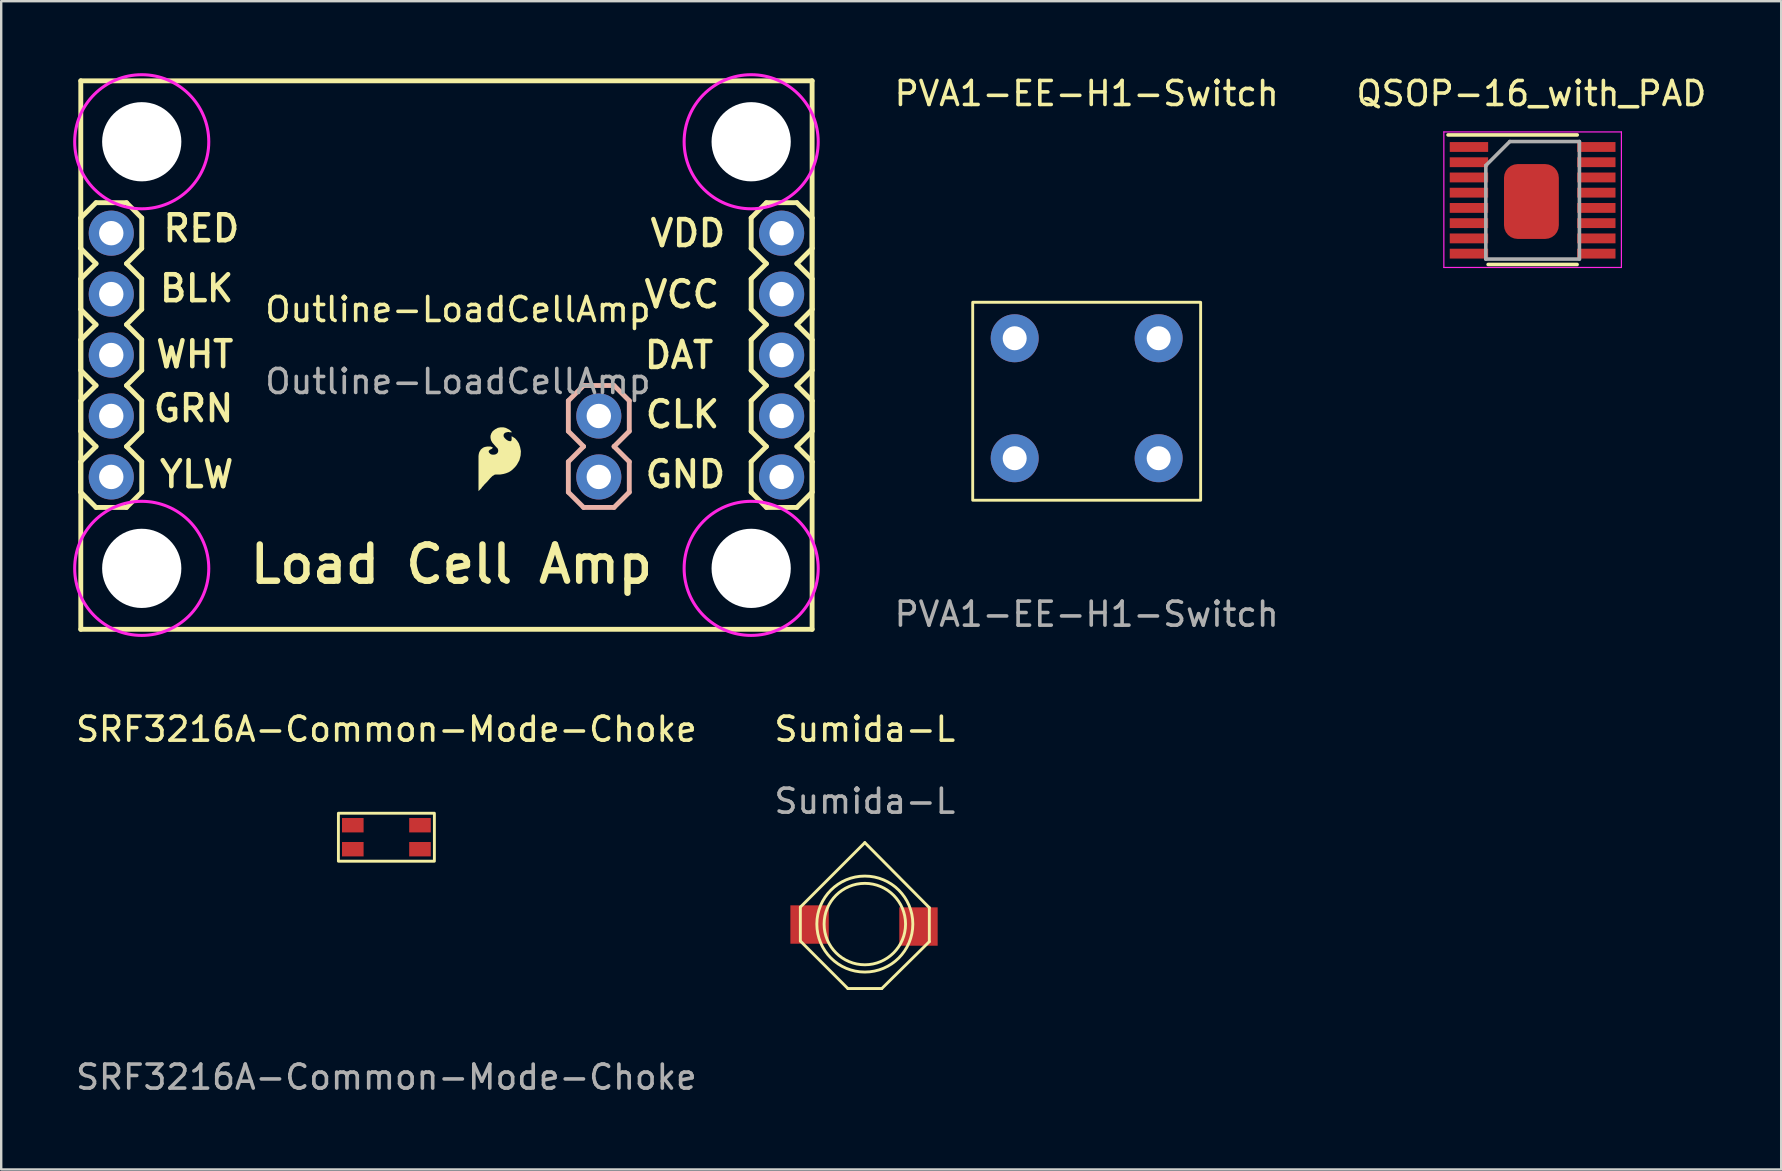
<source format=kicad_pcb>
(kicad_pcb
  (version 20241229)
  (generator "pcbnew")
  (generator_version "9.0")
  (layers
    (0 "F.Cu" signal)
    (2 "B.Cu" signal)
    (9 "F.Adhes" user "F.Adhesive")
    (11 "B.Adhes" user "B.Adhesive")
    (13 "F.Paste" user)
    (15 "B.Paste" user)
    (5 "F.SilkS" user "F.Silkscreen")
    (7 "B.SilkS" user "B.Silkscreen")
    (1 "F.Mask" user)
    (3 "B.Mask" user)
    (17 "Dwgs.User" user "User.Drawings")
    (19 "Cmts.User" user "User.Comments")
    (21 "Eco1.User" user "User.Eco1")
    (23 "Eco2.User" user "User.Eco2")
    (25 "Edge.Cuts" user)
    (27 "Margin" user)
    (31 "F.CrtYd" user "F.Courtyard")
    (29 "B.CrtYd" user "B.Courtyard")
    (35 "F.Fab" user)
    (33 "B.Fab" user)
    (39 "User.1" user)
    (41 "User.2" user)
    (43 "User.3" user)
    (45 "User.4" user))
  (footprint "SRF3216A-Common-Mode-Choke"
    (layer "F.Cu")
    (at 13.054 31.843)
    (property "Reference" "SRF3216A-Common-Mode-Choke" (at 0 -4.5 0) (unlocked yes) (layer "F.SilkS") (effects (font (size 1 1) (thickness 0.15))))
    (attr smd)
    (fp_rect (start -2 -1) (end 2 1) (stroke (width 0.12) (type solid)) (fill no) (layer "F.SilkS"))
    (fp_text user "${REFERENCE}" (at 0 10 0) (unlocked yes) (layer "F.Fab") (effects (font (size 1 1) (thickness 0.15))))
    (pad "1" smd rect (at -1.4 -0.5) (size 0.9 0.6) (layers "F.Cu" "F.Mask" "F.Paste"))
    (pad "2" smd rect (at -1.4 0.5) (size 0.9 0.6) (layers "F.Cu" "F.Mask" "F.Paste"))
    (pad "3" smd rect (at 1.4 0.5) (size 0.9 0.6) (layers "F.Cu" "F.Mask" "F.Paste"))
    (pad "4" smd rect (at 1.4 -0.5) (size 0.9 0.6) (layers "F.Cu" "F.Mask" "F.Paste")))
  (footprint "Outline-LoadCellAmp"
    (layer "F.Cu")
    (at 16.036 10.351)
    (property "Reference" "Outline-LoadCellAmp" (at 0 -0.5 0) (unlocked yes) (layer "F.SilkS") (effects (font (size 1 1) (thickness 0.15))))
    (attr smd)
    (fp_line (start -15.719 -10.033) (end 14.761 -10.033) (stroke (width 0.203) (type solid)) (layer "F.SilkS"))
    (fp_line (start -15.719 -4.318) (end -15.084 -4.953) (stroke (width 0.203) (type solid)) (layer "F.SilkS"))
    (fp_line (start -15.719 -3.048) (end -15.719 -4.318) (stroke (width 0.203) (type solid)) (layer "F.SilkS"))
    (fp_line (start -15.719 -1.778) (end -15.084 -2.413) (stroke (width 0.203) (type solid)) (layer "F.SilkS"))
    (fp_line (start -15.719 -0.508) (end -15.719 -1.778) (stroke (width 0.203) (type solid)) (layer "F.SilkS"))
    (fp_line (start -15.719 -0.508) (end -15.084 0.127) (stroke (width 0.203) (type solid)) (layer "F.SilkS"))
    (fp_line (start -15.719 0.762) (end -15.084 0.127) (stroke (width 0.203) (type solid)) (layer "F.SilkS"))
    (fp_line (start -15.719 2.032) (end -15.719 0.762) (stroke (width 0.203) (type solid)) (layer "F.SilkS"))
    (fp_line (start -15.719 3.302) (end -15.084 2.667) (stroke (width 0.203) (type solid)) (layer "F.SilkS"))
    (fp_line (start -15.719 4.572) (end -15.719 3.302) (stroke (width 0.203) (type solid)) (layer "F.SilkS"))
    (fp_line (start -15.719 5.842) (end -15.084 5.207) (stroke (width 0.203) (type solid)) (layer "F.SilkS"))
    (fp_line (start -15.719 7.112) (end -15.719 5.842) (stroke (width 0.203) (type solid)) (layer "F.SilkS"))
    (fp_line (start -15.719 7.112) (end -15.084 7.747) (stroke (width 0.203) (type solid)) (layer "F.SilkS"))
    (fp_line (start -15.719 12.827) (end -15.719 -10.033) (stroke (width 0.203) (type solid)) (layer "F.SilkS"))
    (fp_line (start -15.084 -4.953) (end -13.814 -4.953) (stroke (width 0.203) (type solid)) (layer "F.SilkS"))
    (fp_line (start -15.084 -2.413) (end -15.719 -3.048) (stroke (width 0.203) (type solid)) (layer "F.SilkS"))
    (fp_line (start -15.084 2.667) (end -15.719 2.032) (stroke (width 0.203) (type solid)) (layer "F.SilkS"))
    (fp_line (start -15.084 5.207) (end -15.719 4.572) (stroke (width 0.203) (type solid)) (layer "F.SilkS"))
    (fp_line (start -15.084 7.747) (end -13.814 7.747) (stroke (width 0.203) (type solid)) (layer "F.SilkS"))
    (fp_line (start -13.814 -4.953) (end -13.179 -4.318) (stroke (width 0.203) (type solid)) (layer "F.SilkS"))
    (fp_line (start -13.814 -2.413) (end -13.179 -1.778) (stroke (width 0.203) (type solid)) (layer "F.SilkS"))
    (fp_line (start -13.814 0.127) (end -13.179 -0.508) (stroke (width 0.203) (type solid)) (layer "F.SilkS"))
    (fp_line (start -13.814 0.127) (end -13.179 0.762) (stroke (width 0.203) (type solid)) (layer "F.SilkS"))
    (fp_line (start -13.814 2.667) (end -13.179 3.302) (stroke (width 0.203) (type solid)) (layer "F.SilkS"))
    (fp_line (start -13.814 5.207) (end -13.179 5.842) (stroke (width 0.203) (type solid)) (layer "F.SilkS"))
    (fp_line (start -13.814 7.747) (end -13.179 7.112) (stroke (width 0.203) (type solid)) (layer "F.SilkS"))
    (fp_line (start -13.179 -4.318) (end -13.179 -3.048) (stroke (width 0.203) (type solid)) (layer "F.SilkS"))
    (fp_line (start -13.179 -3.048) (end -13.814 -2.413) (stroke (width 0.203) (type solid)) (layer "F.SilkS"))
    (fp_line (start -13.179 -1.778) (end -13.179 -0.508) (stroke (width 0.203) (type solid)) (layer "F.SilkS"))
    (fp_line (start -13.179 0.762) (end -13.179 2.032) (stroke (width 0.203) (type solid)) (layer "F.SilkS"))
    (fp_line (start -13.179 2.032) (end -13.814 2.667) (stroke (width 0.203) (type solid)) (layer "F.SilkS"))
    (fp_line (start -13.179 3.302) (end -13.179 4.572) (stroke (width 0.203) (type solid)) (layer "F.SilkS"))
    (fp_line (start -13.179 4.572) (end -13.814 5.207) (stroke (width 0.203) (type solid)) (layer "F.SilkS"))
    (fp_line (start -13.179 5.842) (end -13.179 7.112) (stroke (width 0.203) (type solid)) (layer "F.SilkS"))
    (fp_line (start 12.221 -3.048) (end 12.221 -4.318) (stroke (width 0.203) (type solid)) (layer "F.SilkS"))
    (fp_line (start 12.221 -1.778) (end 12.856 -2.413) (stroke (width 0.203) (type solid)) (layer "F.SilkS"))
    (fp_line (start 12.221 -0.508) (end 12.221 -1.778) (stroke (width 0.203) (type solid)) (layer "F.SilkS"))
    (fp_line (start 12.221 0.762) (end 12.856 0.127) (stroke (width 0.203) (type solid)) (layer "F.SilkS"))
    (fp_line (start 12.221 2.032) (end 12.221 0.762) (stroke (width 0.203) (type solid)) (layer "F.SilkS"))
    (fp_line (start 12.221 4.572) (end 12.221 3.302) (stroke (width 0.203) (type solid)) (layer "F.SilkS"))
    (fp_line (start 12.221 5.842) (end 12.856 5.207) (stroke (width 0.203) (type solid)) (layer "F.SilkS"))
    (fp_line (start 12.221 7.112) (end 12.221 5.842) (stroke (width 0.203) (type solid)) (layer "F.SilkS"))
    (fp_line (start 12.856 -4.953) (end 12.221 -4.318) (stroke (width 0.203) (type solid)) (layer "F.SilkS"))
    (fp_line (start 12.856 -2.413) (end 12.221 -3.048) (stroke (width 0.203) (type solid)) (layer "F.SilkS"))
    (fp_line (start 12.856 0.127) (end 12.221 -0.508) (stroke (width 0.203) (type solid)) (layer "F.SilkS"))
    (fp_line (start 12.856 2.667) (end 12.221 2.032) (stroke (width 0.203) (type solid)) (layer "F.SilkS"))
    (fp_line (start 12.856 2.667) (end 12.221 3.302) (stroke (width 0.203) (type solid)) (layer "F.SilkS"))
    (fp_line (start 12.856 5.207) (end 12.221 4.572) (stroke (width 0.203) (type solid)) (layer "F.SilkS"))
    (fp_line (start 12.856 7.747) (end 12.221 7.112) (stroke (width 0.203) (type solid)) (layer "F.SilkS"))
    (fp_line (start 14.126 -4.953) (end 12.856 -4.953) (stroke (width 0.203) (type solid)) (layer "F.SilkS"))
    (fp_line (start 14.126 -2.413) (end 14.761 -1.778) (stroke (width 0.203) (type solid)) (layer "F.SilkS"))
    (fp_line (start 14.126 0.127) (end 14.761 0.762) (stroke (width 0.203) (type solid)) (layer "F.SilkS"))
    (fp_line (start 14.126 5.207) (end 14.761 5.842) (stroke (width 0.203) (type solid)) (layer "F.SilkS"))
    (fp_line (start 14.126 7.747) (end 12.856 7.747) (stroke (width 0.203) (type solid)) (layer "F.SilkS"))
    (fp_line (start 14.761 -10.033) (end 14.761 12.827) (stroke (width 0.203) (type solid)) (layer "F.SilkS"))
    (fp_line (start 14.761 -4.318) (end 14.126 -4.953) (stroke (width 0.203) (type solid)) (layer "F.SilkS"))
    (fp_line (start 14.761 -4.318) (end 14.761 -3.048) (stroke (width 0.203) (type solid)) (layer "F.SilkS"))
    (fp_line (start 14.761 -3.048) (end 14.126 -2.413) (stroke (width 0.203) (type solid)) (layer "F.SilkS"))
    (fp_line (start 14.761 -1.778) (end 14.761 -0.508) (stroke (width 0.203) (type solid)) (layer "F.SilkS"))
    (fp_line (start 14.761 -0.508) (end 14.126 0.127) (stroke (width 0.203) (type solid)) (layer "F.SilkS"))
    (fp_line (start 14.761 0.762) (end 14.761 2.032) (stroke (width 0.203) (type solid)) (layer "F.SilkS"))
    (fp_line (start 14.761 2.032) (end 14.126 2.667) (stroke (width 0.203) (type solid)) (layer "F.SilkS"))
    (fp_line (start 14.761 3.302) (end 14.126 2.667) (stroke (width 0.203) (type solid)) (layer "F.SilkS"))
    (fp_line (start 14.761 3.302) (end 14.761 4.572) (stroke (width 0.203) (type solid)) (layer "F.SilkS"))
    (fp_line (start 14.761 4.572) (end 14.126 5.207) (stroke (width 0.203) (type solid)) (layer "F.SilkS"))
    (fp_line (start 14.761 5.842) (end 14.761 7.112) (stroke (width 0.203) (type solid)) (layer "F.SilkS"))
    (fp_line (start 14.761 7.112) (end 14.126 7.747) (stroke (width 0.203) (type solid)) (layer "F.SilkS"))
    (fp_line (start 14.761 12.827) (end -15.719 12.827) (stroke (width 0.203) (type solid)) (layer "F.SilkS"))
    (fp_poly (pts (xy 1.988 4.43) (xy 2.135 4.504) (xy 2.18 4.538) (xy 2.257 4.615) (xy 2.146 4.615) (xy 2.126 4.605) (xy 2.08 4.605) (xy 2.044 4.614) (xy 1.998 4.623) (xy 1.965 4.639) (xy 1.933 4.663) (xy 1.918 4.686) (xy 1.911 4.701) (xy 1.903 4.723) (xy 1.903 4.772) (xy 1.911 4.801) (xy 1.945 4.852) (xy 2 4.908) (xy 2.037 4.935) (xy 2.064 4.953) (xy 2.099 4.971) (xy 2.17 4.988) (xy 2.189 4.988) (xy 2.205 4.983) (xy 2.224 4.964) (xy 2.23 4.952) (xy 2.237 4.93) (xy 2.237 4.778) (xy 2.38 4.867) (xy 2.466 4.963) (xy 2.54 5.08) (xy 2.592 5.237) (xy 2.624 5.404) (xy 2.613 5.583) (xy 2.561 5.781) (xy 2.457 5.968) (xy 2.384 6.062) (xy 2.301 6.144) (xy 2.218 6.217) (xy 2.112 6.281) (xy 2.007 6.323) (xy 1.894 6.354) (xy 1.768 6.375) (xy 1.578 6.375) (xy 1.529 6.383) (xy 1.439 6.437) (xy 1.343 6.532) (xy 1.223 6.672) (xy 1.103 6.792) (xy 1.054 6.852) (xy 1.006 6.9) (xy 0.976 6.95) (xy 0.857 7.068) (xy 0.857 5.604) (xy 0.868 5.519) (xy 0.89 5.441) (xy 0.956 5.331) (xy 1.012 5.286) (xy 1.057 5.253) (xy 1.114 5.23) (xy 1.168 5.219) (xy 1.232 5.208) (xy 1.364 5.208) (xy 1.46 5.256) (xy 1.408 5.308) (xy 1.36 5.332) (xy 1.336 5.34) (xy 1.289 5.387) (xy 1.283 5.403) (xy 1.283 5.43) (xy 1.29 5.45) (xy 1.305 5.472) (xy 1.357 5.524) (xy 1.396 5.54) (xy 1.439 5.548) (xy 1.511 5.548) (xy 1.58 5.531) (xy 1.629 5.498) (xy 1.661 5.458) (xy 1.677 5.41) (xy 1.677 5.353) (xy 1.653 5.288) (xy 1.588 5.223) (xy 1.507 5.132) (xy 1.434 5.049) (xy 1.379 4.95) (xy 1.357 4.851) (xy 1.357 4.76) (xy 1.391 4.66) (xy 1.447 4.571) (xy 1.544 4.495) (xy 1.662 4.43) (xy 1.782 4.408) (xy 1.89 4.408)) (stroke (width 0) (type solid)) (fill yes) (layer "F.SilkS"))
    (fp_line (start 4.601 3.302) (end 4.601 4.572) (stroke (width 0.203) (type solid)) (layer "B.SilkS"))
    (fp_line (start 4.601 3.302) (end 5.236 2.667) (stroke (width 0.203) (type solid)) (layer "B.SilkS"))
    (fp_line (start 4.601 4.572) (end 5.236 5.207) (stroke (width 0.203) (type solid)) (layer "B.SilkS"))
    (fp_line (start 4.601 5.842) (end 4.601 7.112) (stroke (width 0.203) (type solid)) (layer "B.SilkS"))
    (fp_line (start 4.601 7.112) (end 5.236 7.747) (stroke (width 0.203) (type solid)) (layer "B.SilkS"))
    (fp_line (start 5.236 2.667) (end 6.506 2.667) (stroke (width 0.203) (type solid)) (layer "B.SilkS"))
    (fp_line (start 5.236 5.207) (end 4.601 5.842) (stroke (width 0.203) (type solid)) (layer "B.SilkS"))
    (fp_line (start 5.236 7.747) (end 6.506 7.747) (stroke (width 0.203) (type solid)) (layer "B.SilkS"))
    (fp_line (start 6.506 2.667) (end 7.141 3.302) (stroke (width 0.203) (type solid)) (layer "B.SilkS"))
    (fp_line (start 6.506 5.207) (end 7.141 4.572) (stroke (width 0.203) (type solid)) (layer "B.SilkS"))
    (fp_line (start 6.506 7.747) (end 7.141 7.112) (stroke (width 0.203) (type solid)) (layer "B.SilkS"))
    (fp_line (start 7.141 4.572) (end 7.141 3.302) (stroke (width 0.203) (type solid)) (layer "B.SilkS"))
    (fp_line (start 7.141 5.842) (end 6.506 5.207) (stroke (width 0.203) (type solid)) (layer "B.SilkS"))
    (fp_line (start 7.141 7.112) (end 7.141 5.842) (stroke (width 0.203) (type solid)) (layer "B.SilkS"))
    (fp_circle (center -13.179 -7.493) (end -10.385 -7.493) (stroke (width 0.127) (type solid)) (fill no) (layer "F.CrtYd"))
    (fp_circle (center -13.179 10.287) (end -10.385 10.287) (stroke (width 0.127) (type solid)) (fill no) (layer "F.CrtYd"))
    (fp_circle (center 12.221 -7.493) (end 15.015 -7.493) (stroke (width 0.127) (type solid)) (fill no) (layer "F.CrtYd"))
    (fp_circle (center 12.221 10.287) (end 15.015 10.287) (stroke (width 0.127) (type solid)) (fill no) (layer "F.CrtYd"))
    (fp_text user "VDD" (at 11.25 -3.048 180) (layer "F.SilkS") (effects (font (size 1.079 1.079) (thickness 0.191)) (justify right bottom)))
    (fp_text user "DAT" (at 10.75 2.032 180) (layer "F.SilkS") (effects (font (size 1.079 1.079) (thickness 0.191)) (justify right bottom)))
    (fp_text user "RED" (at -9 -3.25 180) (layer "F.SilkS") (effects (font (size 1.079 1.079) (thickness 0.191)) (justify right bottom)))
    (fp_text user "CLK" (at 11 4.5 180) (layer "F.SilkS") (effects (font (size 1.079 1.079) (thickness 0.191)) (justify right bottom)))
    (fp_text user "GND" (at 11.25 7 180) (layer "F.SilkS") (effects (font (size 1.079 1.079) (thickness 0.191)) (justify right bottom)))
    (fp_text user "YLW" (at -9.25 7 180) (layer "F.SilkS") (effects (font (size 1.079 1.079) (thickness 0.191)) (justify right bottom)))
    (fp_text user "WHT" (at -9.25 2 180) (layer "F.SilkS") (effects (font (size 1.079 1.079) (thickness 0.191)) (justify right bottom)))
    (fp_text user "BLK" (at -9.25 -0.75 180) (layer "F.SilkS") (effects (font (size 1.079 1.079) (thickness 0.191)) (justify right bottom)))
    (fp_text user "VCC" (at 11 -0.5 180) (layer "F.SilkS") (effects (font (size 1.079 1.079) (thickness 0.191)) (justify right bottom)))
    (fp_text user "GRN" (at -9.25 4.25 180) (layer "F.SilkS") (effects (font (size 1.079 1.079) (thickness 0.191)) (justify right bottom)))
    (fp_text user "Load Cell Amp" (at 8.25 11 180) (layer "F.SilkS") (effects (font (size 1.511 1.511) (thickness 0.267)) (justify right bottom)))
    (fp_text user "${REFERENCE}" (at 0 2.5 0) (unlocked yes) (layer "F.Fab") (effects (font (size 1 1) (thickness 0.15))))
    (pad "" np_thru_hole circle (at -13.179 -7.493) (size 3.302 3.302) (drill 3.302) (layers "*.Cu" "*.Mask"))
    (pad "" np_thru_hole circle (at -13.179 10.287) (size 3.302 3.302) (drill 3.302) (layers "*.Cu" "*.Mask"))
    (pad "" np_thru_hole circle (at 12.221 -7.493) (size 3.302 3.302) (drill 3.302) (layers "*.Cu" "*.Mask"))
    (pad "" np_thru_hole circle (at 12.221 10.287) (size 3.302 3.302) (drill 3.302) (layers "*.Cu" "*.Mask"))
    (pad "1" thru_hole circle (at -14.449 -3.683 180) (size 1.88 1.88) (drill 1.016) (layers "*.Cu" "*.Mask"))
    (pad "2" thru_hole circle (at -14.449 -1.143 180) (size 1.88 1.88) (drill 1.016) (layers "*.Cu" "*.Mask"))
    (pad "3" thru_hole circle (at -14.449 1.397 180) (size 1.88 1.88) (drill 1.016) (layers "*.Cu" "*.Mask"))
    (pad "4" thru_hole circle (at -14.449 3.937 180) (size 1.88 1.88) (drill 1.016) (layers "*.Cu" "*.Mask"))
    (pad "5" thru_hole circle (at -14.449 6.477 180) (size 1.88 1.88) (drill 1.016) (layers "*.Cu" "*.Mask"))
    (pad "6" thru_hole circle (at 13.491 6.477) (size 1.88 1.88) (drill 1.016) (layers "*.Cu" "*.Mask"))
    (pad "7" thru_hole circle (at 13.491 3.937) (size 1.88 1.88) (drill 1.016) (layers "*.Cu" "*.Mask"))
    (pad "8" thru_hole circle (at 13.491 1.397) (size 1.88 1.88) (drill 1.016) (layers "*.Cu" "*.Mask"))
    (pad "9" thru_hole circle (at 13.491 -1.143) (size 1.88 1.88) (drill 1.016) (layers "*.Cu" "*.Mask"))
    (pad "10" thru_hole circle (at 13.491 -3.683) (size 1.88 1.88) (drill 1.016) (layers "*.Cu" "*.Mask"))
    (pad "11" thru_hole circle (at 5.871 3.937 180) (size 1.88 1.88) (drill 1.016) (layers "*.Cu" "*.Mask"))
    (pad "12" thru_hole circle (at 5.871 6.477 180) (size 1.88 1.88) (drill 1.016) (layers "*.Cu" "*.Mask")))
  (footprint "QSOP-16_with_PAD"
    (layer "F.Cu")
    (at 60.776 5.598)
    (property "Reference" "QSOP-16_with_PAD" (at 0 -4.75 0) (unlocked yes) (layer "F.SilkS") (effects (font (size 1 1) (thickness 0.15))))
    (attr smd)
    (fp_line (start -3.475 -3.025) (end 1.909 -3.025) (stroke (width 0.15) (type solid)) (layer "F.SilkS"))
    (fp_line (start -1.804 2.375) (end 1.904 2.375) (stroke (width 0.15) (type solid)) (layer "F.SilkS"))
    (fp_line (start -3.65 -3.15) (end -3.65 2.5) (stroke (width 0.05) (type solid)) (layer "F.CrtYd"))
    (fp_line (start -3.65 -3.15) (end 3.75 -3.15) (stroke (width 0.05) (type solid)) (layer "F.CrtYd"))
    (fp_line (start -3.65 2.5) (end 3.75 2.5) (stroke (width 0.05) (type solid)) (layer "F.CrtYd"))
    (fp_line (start 3.75 -3.15) (end 3.75 2.5) (stroke (width 0.05) (type solid)) (layer "F.CrtYd"))
    (fp_line (start -1.9 -1.75) (end -0.9 -2.75) (stroke (width 0.15) (type solid)) (layer "F.Fab"))
    (fp_line (start -1.9 2.15) (end -1.9 -1.75) (stroke (width 0.15) (type solid)) (layer "F.Fab"))
    (fp_line (start -0.9 -2.75) (end 2 -2.75) (stroke (width 0.15) (type solid)) (layer "F.Fab"))
    (fp_line (start 2 -2.75) (end 2 2.15) (stroke (width 0.15) (type solid)) (layer "F.Fab"))
    (fp_line (start 2 2.15) (end -1.9 2.15) (stroke (width 0.15) (type solid)) (layer "F.Fab"))
    (pad "1" smd rect (at -2.604 -2.522) (size 1.6 0.41) (layers "F.Cu" "F.Mask" "F.Paste"))
    (pad "2" smd rect (at -2.604 -1.887) (size 1.6 0.41) (layers "F.Cu" "F.Mask" "F.Paste"))
    (pad "3" smd rect (at -2.604 -1.252) (size 1.6 0.41) (layers "F.Cu" "F.Mask" "F.Paste"))
    (pad "4" smd rect (at -2.604 -0.618) (size 1.6 0.41) (layers "F.Cu" "F.Mask" "F.Paste"))
    (pad "5" smd rect (at -2.604 0.018) (size 1.6 0.41) (layers "F.Cu" "F.Mask" "F.Paste"))
    (pad "6" smd rect (at -2.604 0.652) (size 1.6 0.41) (layers "F.Cu" "F.Mask" "F.Paste"))
    (pad "7" smd rect (at -2.604 1.288) (size 1.6 0.41) (layers "F.Cu" "F.Mask" "F.Paste"))
    (pad "8" smd rect (at -2.604 1.923) (size 1.6 0.41) (layers "F.Cu" "F.Mask" "F.Paste"))
    (pad "9" smd rect (at 2.704 1.923) (size 1.6 0.41) (layers "F.Cu" "F.Mask" "F.Paste"))
    (pad "10" smd rect (at 2.704 1.288) (size 1.6 0.41) (layers "F.Cu" "F.Mask" "F.Paste"))
    (pad "11" smd rect (at 2.704 0.652) (size 1.6 0.41) (layers "F.Cu" "F.Mask" "F.Paste"))
    (pad "12" smd rect (at 2.704 0.018) (size 1.6 0.41) (layers "F.Cu" "F.Mask" "F.Paste"))
    (pad "13" smd rect (at 2.704 -0.618) (size 1.6 0.41) (layers "F.Cu" "F.Mask" "F.Paste"))
    (pad "14" smd rect (at 2.704 -1.252) (size 1.6 0.41) (layers "F.Cu" "F.Mask" "F.Paste"))
    (pad "15" smd rect (at 2.704 -1.887) (size 1.6 0.41) (layers "F.Cu" "F.Mask" "F.Paste"))
    (pad "16" smd rect (at 2.704 -2.522) (size 1.6 0.41) (layers "F.Cu" "F.Mask" "F.Paste"))
    (pad "17" smd roundrect (at 0 -0.25 180) (size 2.286 3.12) (layers "F.Cu" "F.Mask" "F.Paste") (roundrect_rratio 0.25)))
  (footprint "Sumida-L"
    (layer "F.Cu")
    (at 32.994 35.463)
    (property "Reference" "Sumida-L" (at 0 -8.12 0) (unlocked yes) (layer "F.SilkS") (effects (font (size 1 1) (thickness 0.15))))
    (attr smd)
    (fp_line (start -2.687 -0.707) (end 0 -3.394) (stroke (width 0.12) (type solid)) (layer "F.SilkS"))
    (fp_line (start -2.687 0.707) (end -2.687 -0.707) (stroke (width 0.12) (type solid)) (layer "F.SilkS"))
    (fp_line (start -0.707 2.687) (end -2.687 0.707) (stroke (width 0.12) (type solid)) (layer "F.SilkS"))
    (fp_line (start 0.707 2.687) (end -0.707 2.687) (stroke (width 0.12) (type solid)) (layer "F.SilkS"))
    (fp_line (start 2.688 -0.683) (end 0 -3.394) (stroke (width 0.12) (type solid)) (layer "F.SilkS"))
    (fp_line (start 2.688 0.732) (end 0.707 2.687) (stroke (width 0.12) (type solid)) (layer "F.SilkS"))
    (fp_line (start 2.688 0.732) (end 2.688 -0.683) (stroke (width 0.12) (type solid)) (layer "F.SilkS"))
    (fp_circle (center 0 0) (end 0 -1.697) (stroke (width 0.12) (type solid)) (fill no) (layer "F.SilkS"))
    (fp_circle (center 0 0) (end 0.283 -1.98) (stroke (width 0.12) (type solid)) (fill no) (layer "F.SilkS"))
    (fp_text user "${REFERENCE}" (at 0 -5.12 0) (unlocked yes) (layer "F.Fab") (effects (font (size 1 1) (thickness 0.15))))
    (pad "1" smd rect (at -2.303 0.019 180) (size 1.6 1.6) (layers "F.Cu" "F.Mask" "F.Paste"))
    (pad "2" smd rect (at 2.236 0.103 180) (size 1.6 1.6) (layers "F.Cu" "F.Mask" "F.Paste")))
  (footprint "PVA1-EE-H1-Switch"
    (layer "F.Cu")
    (at 42.24 13.548)
    (property "Reference" "PVA1-EE-H1-Switch" (at 0 -12.7 0) (unlocked yes) (layer "F.SilkS") (effects (font (size 1 1) (thickness 0.15))))
    (fp_rect (start -4.75 -4) (end 4.75 4.25) (stroke (width 0.12) (type solid)) (fill no) (layer "F.SilkS"))
    (fp_rect (start -3 -2.5) (end 3 2.5) (stroke (width 0.12) (type solid)) (fill no) (layer "Eco1.User"))
    (fp_text user "${REFERENCE}" (at 0 9 0) (unlocked yes) (layer "F.Fab") (effects (font (size 1 1) (thickness 0.15))))
    (pad "1" thru_hole circle (at -3 -2.5) (size 2 2) (drill 1) (layers "*.Cu" "*.Mask"))
    (pad "2" thru_hole circle (at -3 2.5) (size 2 2) (drill 1) (layers "*.Cu" "*.Mask"))
    (pad "3" thru_hole circle (at 3 -2.5) (size 2 2) (drill 1) (layers "*.Cu" "*.Mask"))
    (pad "4" thru_hole circle (at 3 2.5) (size 2 2) (drill 1) (layers "*.Cu" "*.Mask")))
  (gr_rect
    (start -3 -3)
    (end 71.186 45.691)
    (stroke (width 0.1) (type default))
    (fill no)
    (layer "Edge.Cuts")))
</source>
